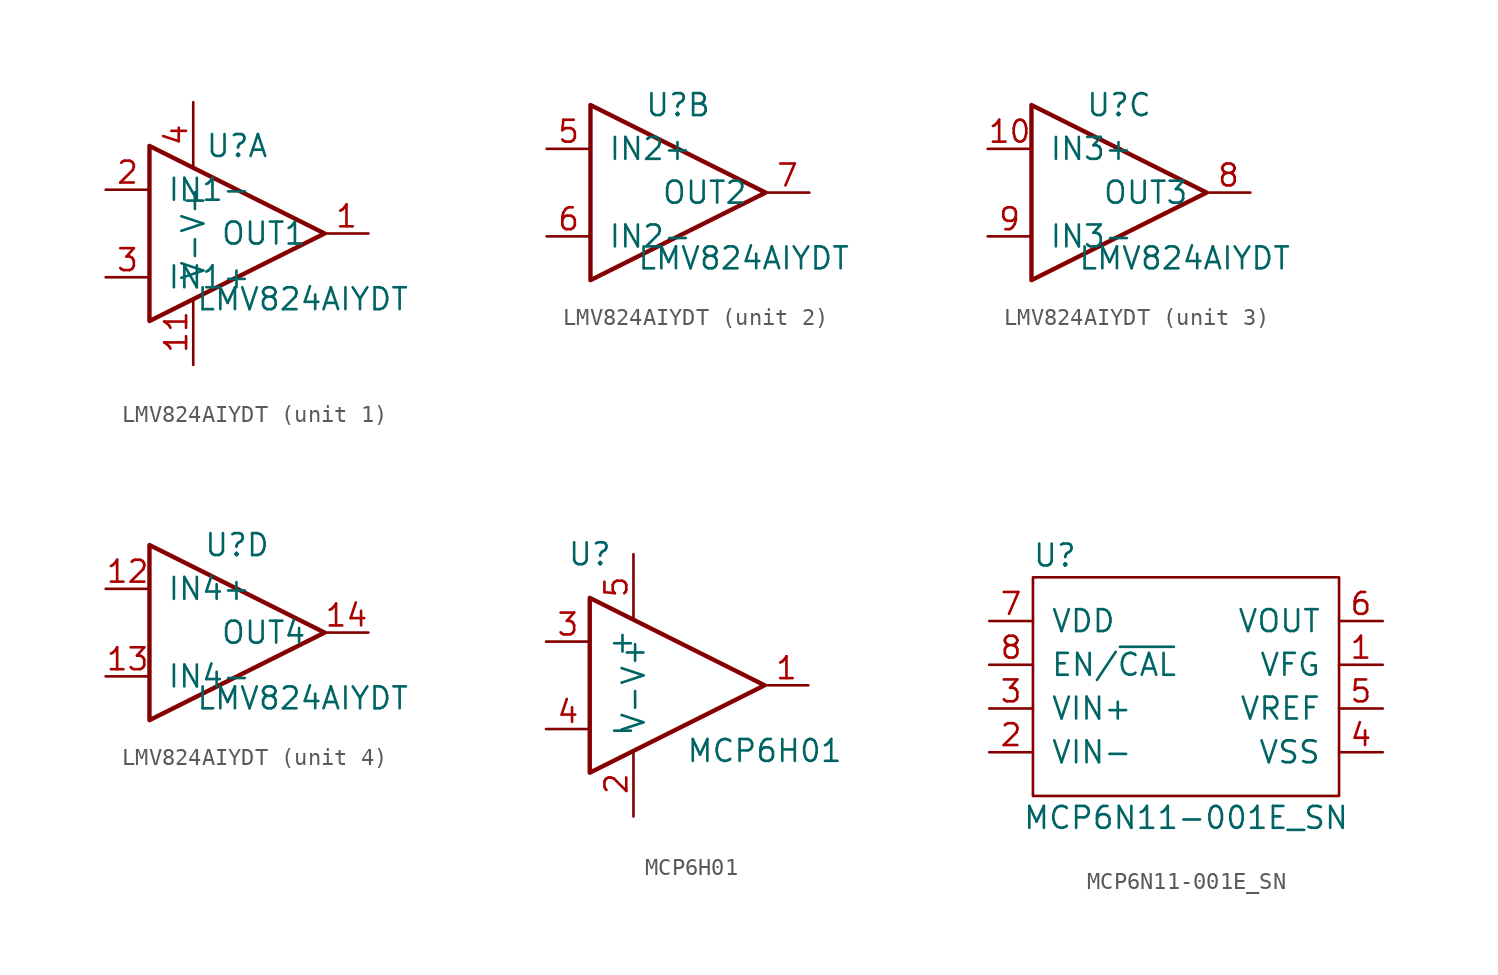
<source format=kicad_sym>
(kicad_symbol_lib
  (version 20211014)
  (generator kicad_symbol_editor)
  (symbol "LMV824AIYDT"
    (pin_names
      (offset 1.016))
    (property "Reference" "U"
      (at 2.54 5.08 0)
      (effects (font (size 1.27 1.27))))
    (property "Value" "LMV824AIYDT"
      (at 6.35 -3.81 0)
      (effects (font (size 1.27 1.27))))
    (symbol "LMV824AIYDT_1_1"
      (polyline (pts (xy -2.54 5.08) (xy 7.62 0) (xy -2.54 -5.08) (xy -2.54 5.08)) (stroke (width 0.254) (type default) (color 0 0 0 0)) (fill (type none)))
      (pin output line (at 10.16 0 180) (length 2.54) (name "OUT1" (effects (font (size 1.27 1.27)))) (number "1" (effects (font (size 1.27 1.27)))))
      (pin passive line (at 0 -7.62 90) (length 3.81) (name "V-" (effects (font (size 1.27 1.27)))) (number "11" (effects (font (size 1.27 1.27)))))
      (pin input line (at -5.08 2.54 0) (length 2.54) (name "IN1-" (effects (font (size 1.27 1.27)))) (number "2" (effects (font (size 1.27 1.27)))))
      (pin input line (at -5.08 -2.54 0) (length 2.54) (name "IN1+" (effects (font (size 1.27 1.27)))) (number "3" (effects (font (size 1.27 1.27)))))
      (pin power_in line (at 0 7.62 270) (length 3.81) (name "V+" (effects (font (size 1.27 1.27)))) (number "4" (effects (font (size 1.27 1.27))))))
    (symbol "LMV824AIYDT_2_1"
      (polyline (pts (xy -2.54 5.08) (xy 7.62 0) (xy -2.54 -5.08) (xy -2.54 5.08)) (stroke (width 0.254) (type default) (color 0 0 0 0)) (fill (type none)))
      (pin input line (at -5.08 2.54 0) (length 2.54) (name "IN2+" (effects (font (size 1.27 1.27)))) (number "5" (effects (font (size 1.27 1.27)))))
      (pin input line (at -5.08 -2.54 0) (length 2.54) (name "IN2-" (effects (font (size 1.27 1.27)))) (number "6" (effects (font (size 1.27 1.27)))))
      (pin output line (at 10.16 0 180) (length 2.54) (name "OUT2" (effects (font (size 1.27 1.27)))) (number "7" (effects (font (size 1.27 1.27))))))
    (symbol "LMV824AIYDT_3_1"
      (polyline (pts (xy -2.54 5.08) (xy 7.62 0) (xy -2.54 -5.08) (xy -2.54 5.08)) (stroke (width 0.254) (type default) (color 0 0 0 0)) (fill (type none)))
      (pin input line (at -5.08 2.54 0) (length 2.54) (name "IN3+" (effects (font (size 1.27 1.27)))) (number "10" (effects (font (size 1.27 1.27)))))
      (pin output line (at 10.16 0 180) (length 2.54) (name "OUT3" (effects (font (size 1.27 1.27)))) (number "8" (effects (font (size 1.27 1.27)))))
      (pin input line (at -5.08 -2.54 0) (length 2.54) (name "IN3-" (effects (font (size 1.27 1.27)))) (number "9" (effects (font (size 1.27 1.27))))))
    (symbol "LMV824AIYDT_4_1"
      (polyline (pts (xy -2.54 5.08) (xy 7.62 0) (xy -2.54 -5.08) (xy -2.54 5.08)) (stroke (width 0.254) (type default) (color 0 0 0 0)) (fill (type none)))
      (pin input line (at -5.08 2.54 0) (length 2.54) (name "IN4+" (effects (font (size 1.27 1.27)))) (number "12" (effects (font (size 1.27 1.27)))))
      (pin input line (at -5.08 -2.54 0) (length 2.54) (name "IN4-" (effects (font (size 1.27 1.27)))) (number "13" (effects (font (size 1.27 1.27)))))
      (pin output line (at 10.16 0 180) (length 2.54) (name "OUT4" (effects (font (size 1.27 1.27)))) (number "14" (effects (font (size 1.27 1.27)))))))
  (symbol "MCP6H01"
    (pin_names
      (offset 1.016))
    (property "Reference" "U"
      (at -2.54 7.62 0)
      (effects (font (size 1.27 1.27))))
    (property "Value" "MCP6H01"
      (at 7.62 -3.81 0)
      (effects (font (size 1.27 1.27))))
    (symbol "MCP6H01_1_1"
      (polyline (pts (xy -2.54 5.08) (xy 7.62 0) (xy -2.54 -5.08) (xy -2.54 5.08)) (stroke (width 0.254) (type default) (color 0 0 0 0)) (fill (type none)))
      (pin output line (at 10.16 0 180) (length 2.54) (name "~" (effects (font (size 1.27 1.27)))) (number "1" (effects (font (size 1.27 1.27)))))
      (pin power_in line (at 0 -7.62 90) (length 3.81) (name "V-" (effects (font (size 1.27 1.27)))) (number "2" (effects (font (size 1.27 1.27)))))
      (pin input line (at -5.08 2.54 0) (length 2.54) (name "+" (effects (font (size 1.27 1.27)))) (number "3" (effects (font (size 1.27 1.27)))))
      (pin input line (at -5.08 -2.54 0) (length 2.54) (name "-" (effects (font (size 1.27 1.27)))) (number "4" (effects (font (size 1.27 1.27)))))
      (pin power_in line (at 0 7.62 270) (length 3.81) (name "V+" (effects (font (size 1.27 1.27)))) (number "5" (effects (font (size 1.27 1.27)))))))
  (symbol "MCP6N11-001E_SN"
    (pin_names
      (offset 1.016))
    (property "Reference" "U"
      (at -7.62 7.62 0)
      (effects (font (size 1.27 1.27))))
    (property "Value" "MCP6N11-001E_SN"
      (at 0 -7.62 0)
      (effects (font (size 1.27 1.27))))
    (symbol "MCP6N11-001E_SN_0_1"
      (rectangle (start -8.89 6.35) (end 8.89 -6.35) (stroke (width 0) (type default) (color 0 0 0 0)) (fill (type none))))
    (symbol "MCP6N11-001E_SN_1_1"
      (pin input line (at 11.43 1.27 180) (length 2.54) (name "VFG" (effects (font (size 1.27 1.27)))) (number "1" (effects (font (size 1.27 1.27)))))
      (pin input line (at -11.43 -3.81 0) (length 2.54) (name "VIN-" (effects (font (size 1.27 1.27)))) (number "2" (effects (font (size 1.27 1.27)))))
      (pin input line (at -11.43 -1.27 0) (length 2.54) (name "VIN+" (effects (font (size 1.27 1.27)))) (number "3" (effects (font (size 1.27 1.27)))))
      (pin passive line (at 11.43 -3.81 180) (length 2.54) (name "VSS" (effects (font (size 1.27 1.27)))) (number "4" (effects (font (size 1.27 1.27)))))
      (pin input line (at 11.43 -1.27 180) (length 2.54) (name "VREF" (effects (font (size 1.27 1.27)))) (number "5" (effects (font (size 1.27 1.27)))))
      (pin output line (at 11.43 3.81 180) (length 2.54) (name "VOUT" (effects (font (size 1.27 1.27)))) (number "6" (effects (font (size 1.27 1.27)))))
      (pin power_in line (at -11.43 3.81 0) (length 2.54) (name "VDD" (effects (font (size 1.27 1.27)))) (number "7" (effects (font (size 1.27 1.27)))))
      (pin input line (at -11.43 1.27 0) (length 2.54) (name "EN/~{CAL}" (effects (font (size 1.27 1.27)))) (number "8" (effects (font (size 1.27 1.27))))))))
</source>
